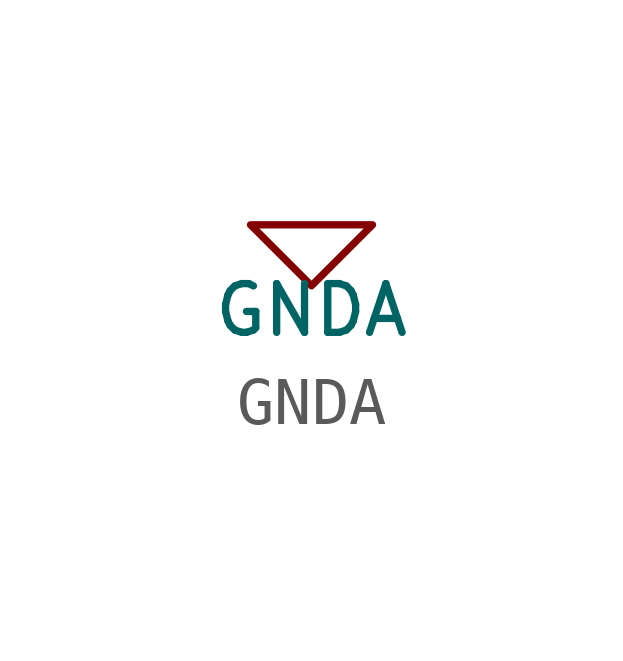
<source format=kicad_sym>
(kicad_symbol_lib
  (version 20211014)
  (generator kicad_symbol_editor)
  (symbol "GNDA"
    (power)
    (pin_names
      (offset 0))
    (property "Reference" "#PWR"
      (at 0 0 0)
      (effects (font (size 1.016 1.016)) hide))
    (property "Value" "GNDA"
      (at 0 -1.778 0)
      (effects (font (size 1.016 1.016))))
    (symbol "GNDA_0_1"
      (polyline (pts (xy -1.27 0) (xy 0 -1.27) (xy 1.27 0) (xy -1.27 0)) (stroke (width 0) (type default) (color 0 0 0 0)) (fill (type none))))
    (symbol "GNDA_1_1"
      (pin power_in line (at 0 0 90) (length 0) hide (name "GNDA" (effects (font (size 1.016 1.016)))) (number "1" (effects (font (size 1.016 1.016))))))))
</source>
